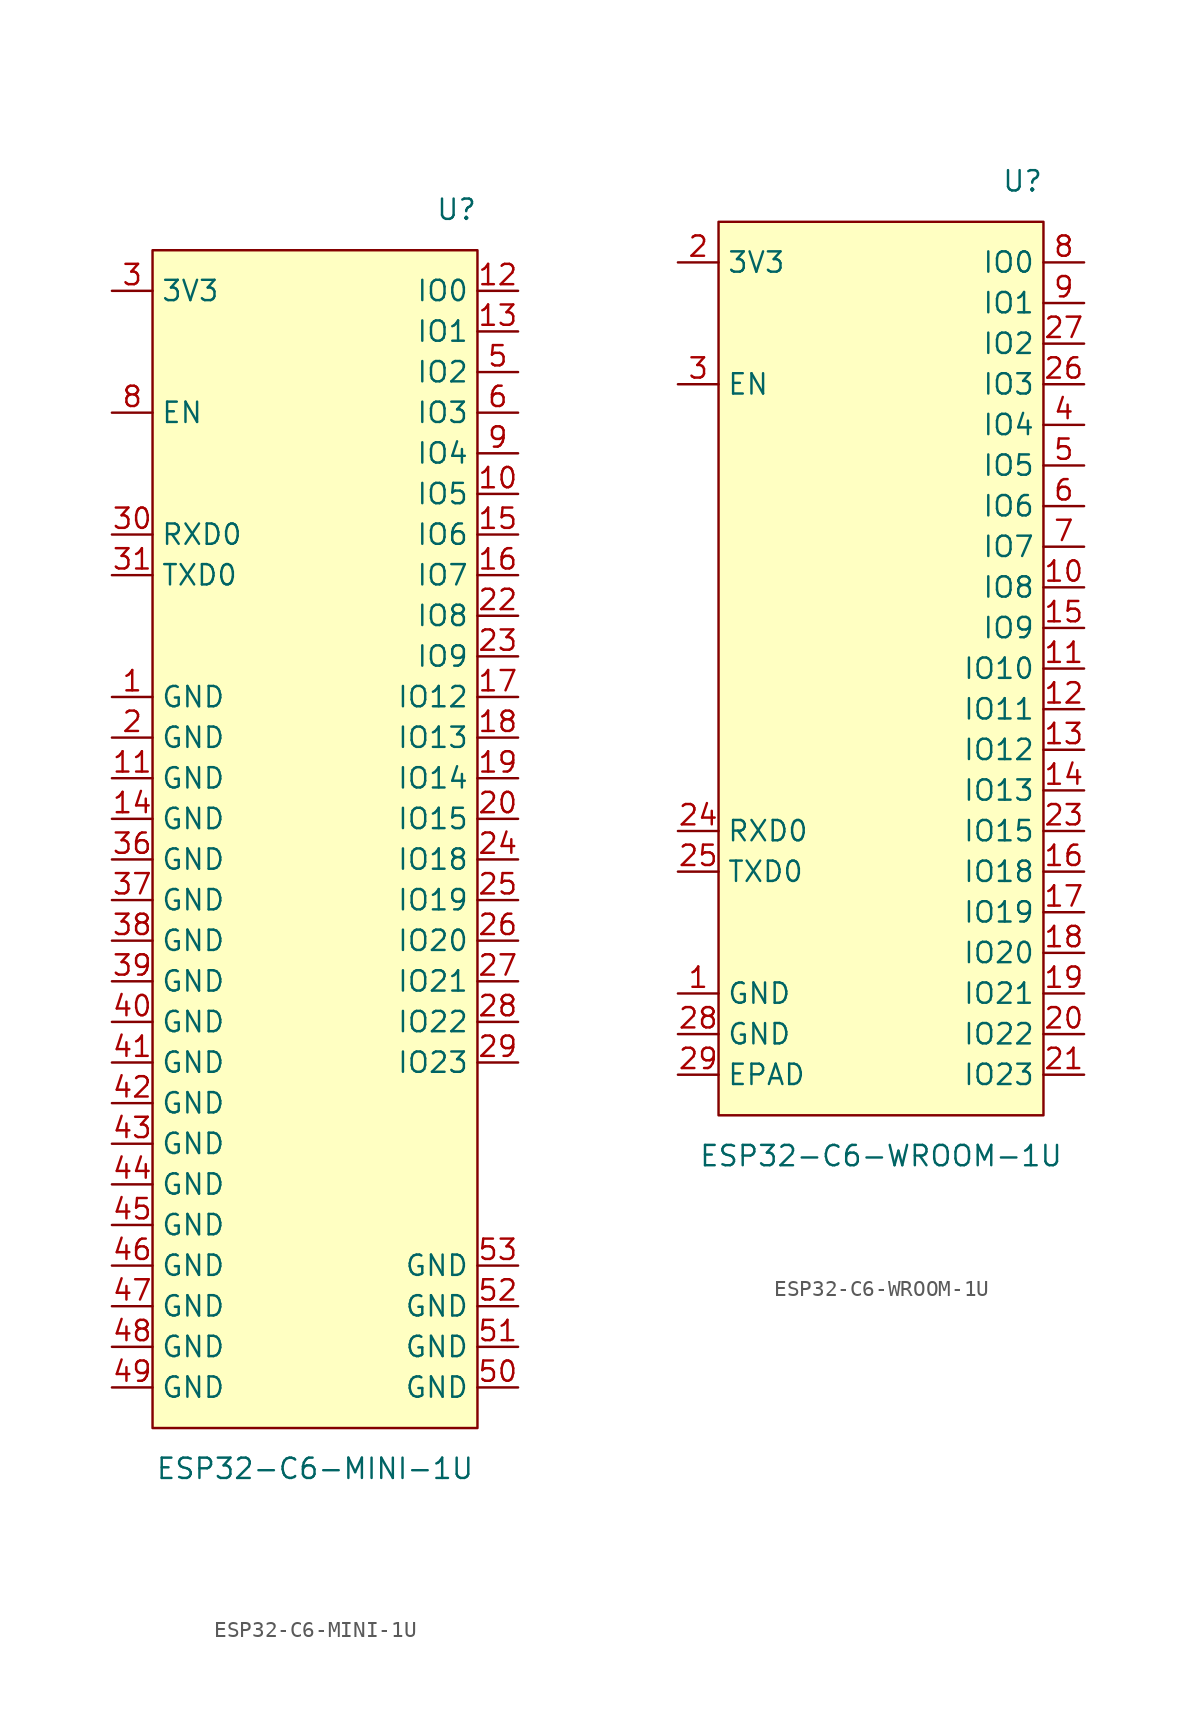
<source format=kicad_sym>
(kicad_symbol_lib
  (version 20231120)
  (generator "kicad_symbol_editor")
  (generator_version "8.0")
  (symbol "ESP32-C6-MINI-1U"
    (property "Reference" "U"
      (at 10.16 39.37 0)
      (effects (font (size 1.27 1.27)) (justify right)))
    (property "Value" "ESP32-C6-MINI-1U"
      (at 0 -39.37 0)
      (effects (font (size 1.27 1.27))))
    (symbol "ESP32-C6-MINI-1U_0_0"
      (pin power_in line (at -12.7 8.89 0) (length 2.54) (name "GND" (effects (font (size 1.27 1.27)))) (number "1" (effects (font (size 1.27 1.27)))))
      (pin bidirectional line (at 12.7 21.59 180) (length 2.54) (name "IO5" (effects (font (size 1.27 1.27)))) (number "10" (effects (font (size 1.27 1.27)))))
      (pin power_in line (at -12.7 3.81 0) (length 2.54) (name "GND" (effects (font (size 1.27 1.27)))) (number "11" (effects (font (size 1.27 1.27)))))
      (pin bidirectional line (at 12.7 34.29 180) (length 2.54) (name "IO0" (effects (font (size 1.27 1.27)))) (number "12" (effects (font (size 1.27 1.27)))))
      (pin bidirectional line (at 12.7 31.75 180) (length 2.54) (name "IO1" (effects (font (size 1.27 1.27)))) (number "13" (effects (font (size 1.27 1.27)))))
      (pin power_in line (at -12.7 1.27 0) (length 2.54) (name "GND" (effects (font (size 1.27 1.27)))) (number "14" (effects (font (size 1.27 1.27)))))
      (pin bidirectional line (at 12.7 19.05 180) (length 2.54) (name "IO6" (effects (font (size 1.27 1.27)))) (number "15" (effects (font (size 1.27 1.27)))))
      (pin bidirectional line (at 12.7 16.51 180) (length 2.54) (name "IO7" (effects (font (size 1.27 1.27)))) (number "16" (effects (font (size 1.27 1.27)))))
      (pin bidirectional line (at 12.7 8.89 180) (length 2.54) (name "IO12" (effects (font (size 1.27 1.27)))) (number "17" (effects (font (size 1.27 1.27)))))
      (pin bidirectional line (at 12.7 6.35 180) (length 2.54) (name "IO13" (effects (font (size 1.27 1.27)))) (number "18" (effects (font (size 1.27 1.27)))))
      (pin bidirectional line (at 12.7 3.81 180) (length 2.54) (name "IO14" (effects (font (size 1.27 1.27)))) (number "19" (effects (font (size 1.27 1.27)))))
      (pin power_in line (at -12.7 6.35 0) (length 2.54) (name "GND" (effects (font (size 1.27 1.27)))) (number "2" (effects (font (size 1.27 1.27)))))
      (pin bidirectional line (at 12.7 1.27 180) (length 2.54) (name "IO15" (effects (font (size 1.27 1.27)))) (number "20" (effects (font (size 1.27 1.27)))))
      (pin bidirectional line (at 12.7 13.97 180) (length 2.54) (name "IO8" (effects (font (size 1.27 1.27)))) (number "22" (effects (font (size 1.27 1.27)))))
      (pin bidirectional line (at 12.7 11.43 180) (length 2.54) (name "IO9" (effects (font (size 1.27 1.27)))) (number "23" (effects (font (size 1.27 1.27)))))
      (pin bidirectional line (at 12.7 -1.27 180) (length 2.54) (name "IO18" (effects (font (size 1.27 1.27)))) (number "24" (effects (font (size 1.27 1.27)))))
      (pin bidirectional line (at 12.7 -3.81 180) (length 2.54) (name "IO19" (effects (font (size 1.27 1.27)))) (number "25" (effects (font (size 1.27 1.27)))))
      (pin bidirectional line (at 12.7 -6.35 180) (length 2.54) (name "IO20" (effects (font (size 1.27 1.27)))) (number "26" (effects (font (size 1.27 1.27)))))
      (pin bidirectional line (at 12.7 -8.89 180) (length 2.54) (name "IO21" (effects (font (size 1.27 1.27)))) (number "27" (effects (font (size 1.27 1.27)))))
      (pin bidirectional line (at 12.7 -11.43 180) (length 2.54) (name "IO22" (effects (font (size 1.27 1.27)))) (number "28" (effects (font (size 1.27 1.27)))))
      (pin bidirectional line (at 12.7 -13.97 180) (length 2.54) (name "IO23" (effects (font (size 1.27 1.27)))) (number "29" (effects (font (size 1.27 1.27)))))
      (pin power_in line (at -12.7 34.29 0) (length 2.54) (name "3V3" (effects (font (size 1.27 1.27)))) (number "3" (effects (font (size 1.27 1.27)))))
      (pin bidirectional line (at -12.7 19.05 0) (length 2.54) (name "RXD0" (effects (font (size 1.27 1.27)))) (number "30" (effects (font (size 1.27 1.27)))))
      (pin bidirectional line (at -12.7 16.51 0) (length 2.54) (name "TXD0" (effects (font (size 1.27 1.27)))) (number "31" (effects (font (size 1.27 1.27)))))
      (pin power_in line (at -12.7 -1.27 0) (length 2.54) (name "GND" (effects (font (size 1.27 1.27)))) (number "36" (effects (font (size 1.27 1.27)))))
      (pin power_in line (at -12.7 -3.81 0) (length 2.54) (name "GND" (effects (font (size 1.27 1.27)))) (number "37" (effects (font (size 1.27 1.27)))))
      (pin power_in line (at -12.7 -6.35 0) (length 2.54) (name "GND" (effects (font (size 1.27 1.27)))) (number "38" (effects (font (size 1.27 1.27)))))
      (pin power_in line (at -12.7 -8.89 0) (length 2.54) (name "GND" (effects (font (size 1.27 1.27)))) (number "39" (effects (font (size 1.27 1.27)))))
      (pin power_in line (at -12.7 -11.43 0) (length 2.54) (name "GND" (effects (font (size 1.27 1.27)))) (number "40" (effects (font (size 1.27 1.27)))))
      (pin power_in line (at -12.7 -13.97 0) (length 2.54) (name "GND" (effects (font (size 1.27 1.27)))) (number "41" (effects (font (size 1.27 1.27)))))
      (pin power_in line (at -12.7 -16.51 0) (length 2.54) (name "GND" (effects (font (size 1.27 1.27)))) (number "42" (effects (font (size 1.27 1.27)))))
      (pin power_in line (at -12.7 -19.05 0) (length 2.54) (name "GND" (effects (font (size 1.27 1.27)))) (number "43" (effects (font (size 1.27 1.27)))))
      (pin power_in line (at -12.7 -21.59 0) (length 2.54) (name "GND" (effects (font (size 1.27 1.27)))) (number "44" (effects (font (size 1.27 1.27)))))
      (pin power_in line (at -12.7 -24.13 0) (length 2.54) (name "GND" (effects (font (size 1.27 1.27)))) (number "45" (effects (font (size 1.27 1.27)))))
      (pin power_in line (at -12.7 -26.67 0) (length 2.54) (name "GND" (effects (font (size 1.27 1.27)))) (number "46" (effects (font (size 1.27 1.27)))))
      (pin power_in line (at -12.7 -29.21 0) (length 2.54) (name "GND" (effects (font (size 1.27 1.27)))) (number "47" (effects (font (size 1.27 1.27)))))
      (pin power_in line (at -12.7 -31.75 0) (length 2.54) (name "GND" (effects (font (size 1.27 1.27)))) (number "48" (effects (font (size 1.27 1.27)))))
      (pin power_in line (at -12.7 -34.29 0) (length 2.54) (name "GND" (effects (font (size 1.27 1.27)))) (number "49" (effects (font (size 1.27 1.27)))))
      (pin bidirectional line (at 12.7 29.21 180) (length 2.54) (name "IO2" (effects (font (size 1.27 1.27)))) (number "5" (effects (font (size 1.27 1.27)))))
      (pin power_in line (at 12.7 -34.29 180) (length 2.54) (name "GND" (effects (font (size 1.27 1.27)))) (number "50" (effects (font (size 1.27 1.27)))))
      (pin power_in line (at 12.7 -31.75 180) (length 2.54) (name "GND" (effects (font (size 1.27 1.27)))) (number "51" (effects (font (size 1.27 1.27)))))
      (pin power_in line (at 12.7 -29.21 180) (length 2.54) (name "GND" (effects (font (size 1.27 1.27)))) (number "52" (effects (font (size 1.27 1.27)))))
      (pin power_in line (at 12.7 -26.67 180) (length 2.54) (name "GND" (effects (font (size 1.27 1.27)))) (number "53" (effects (font (size 1.27 1.27)))))
      (pin bidirectional line (at 12.7 26.67 180) (length 2.54) (name "IO3" (effects (font (size 1.27 1.27)))) (number "6" (effects (font (size 1.27 1.27)))))
      (pin input line (at -12.7 26.67 0) (length 2.54) (name "EN" (effects (font (size 1.27 1.27)))) (number "8" (effects (font (size 1.27 1.27)))))
      (pin bidirectional line (at 12.7 24.13 180) (length 2.54) (name "IO4" (effects (font (size 1.27 1.27)))) (number "9" (effects (font (size 1.27 1.27))))))
    (symbol "ESP32-C6-MINI-1U_1_0"
      (pin no_connect line (at 0 0 0) (length 2.54) hide (name "NC" (effects (font (size 1.27 1.27)))) (number "21" (effects (font (size 1.27 1.27)))))
      (pin no_connect line (at 0 0 0) (length 2.54) hide (name "NC" (effects (font (size 1.27 1.27)))) (number "32" (effects (font (size 1.27 1.27)))))
      (pin no_connect line (at 0 0 0) (length 2.54) hide (name "NC" (effects (font (size 1.27 1.27)))) (number "33" (effects (font (size 1.27 1.27)))))
      (pin no_connect line (at 0 0 0) (length 2.54) hide (name "NC" (effects (font (size 1.27 1.27)))) (number "34" (effects (font (size 1.27 1.27)))))
      (pin no_connect line (at 0 0 0) (length 2.54) hide (name "NC" (effects (font (size 1.27 1.27)))) (number "35" (effects (font (size 1.27 1.27)))))
      (pin no_connect line (at 0 0 0) (length 2.54) hide (name "NC" (effects (font (size 1.27 1.27)))) (number "4" (effects (font (size 1.27 1.27)))))
      (pin no_connect line (at 0 0 0) (length 2.54) hide (name "NC" (effects (font (size 1.27 1.27)))) (number "7" (effects (font (size 1.27 1.27))))))
    (symbol "ESP32-C6-MINI-1U_1_1"
      (rectangle (start -10.16 36.83) (end 10.16 -36.83) (stroke (width 0) (type default)) (fill (type background)))))
  (symbol "ESP32-C6-WROOM-1U"
    (property "Reference" "U"
      (at 10.16 30.48 0)
      (effects (font (size 1.27 1.27)) (justify right)))
    (property "Value" "ESP32-C6-WROOM-1U"
      (at 0 -30.48 0)
      (effects (font (size 1.27 1.27))))
    (symbol "ESP32-C6-WROOM-1U_0_0"
      (pin power_in line (at -12.7 -20.32 0) (length 2.54) (name "GND" (effects (font (size 1.27 1.27)))) (number "1" (effects (font (size 1.27 1.27)))))
      (pin bidirectional line (at 12.7 5.08 180) (length 2.54) (name "IO8" (effects (font (size 1.27 1.27)))) (number "10" (effects (font (size 1.27 1.27)))))
      (pin bidirectional line (at 12.7 0 180) (length 2.54) (name "IO10" (effects (font (size 1.27 1.27)))) (number "11" (effects (font (size 1.27 1.27)))))
      (pin bidirectional line (at 12.7 -2.54 180) (length 2.54) (name "IO11" (effects (font (size 1.27 1.27)))) (number "12" (effects (font (size 1.27 1.27)))))
      (pin bidirectional line (at 12.7 -5.08 180) (length 2.54) (name "IO12" (effects (font (size 1.27 1.27)))) (number "13" (effects (font (size 1.27 1.27)))))
      (pin bidirectional line (at 12.7 -7.62 180) (length 2.54) (name "IO13" (effects (font (size 1.27 1.27)))) (number "14" (effects (font (size 1.27 1.27)))))
      (pin bidirectional line (at 12.7 2.54 180) (length 2.54) (name "IO9" (effects (font (size 1.27 1.27)))) (number "15" (effects (font (size 1.27 1.27)))))
      (pin bidirectional line (at 12.7 -12.7 180) (length 2.54) (name "IO18" (effects (font (size 1.27 1.27)))) (number "16" (effects (font (size 1.27 1.27)))))
      (pin bidirectional line (at 12.7 -15.24 180) (length 2.54) (name "IO19" (effects (font (size 1.27 1.27)))) (number "17" (effects (font (size 1.27 1.27)))))
      (pin bidirectional line (at 12.7 -17.78 180) (length 2.54) (name "IO20" (effects (font (size 1.27 1.27)))) (number "18" (effects (font (size 1.27 1.27)))))
      (pin bidirectional line (at 12.7 -20.32 180) (length 2.54) (name "IO21" (effects (font (size 1.27 1.27)))) (number "19" (effects (font (size 1.27 1.27)))))
      (pin power_in line (at -12.7 25.4 0) (length 2.54) (name "3V3" (effects (font (size 1.27 1.27)))) (number "2" (effects (font (size 1.27 1.27)))))
      (pin bidirectional line (at 12.7 -22.86 180) (length 2.54) (name "IO22" (effects (font (size 1.27 1.27)))) (number "20" (effects (font (size 1.27 1.27)))))
      (pin bidirectional line (at 12.7 -25.4 180) (length 2.54) (name "IO23" (effects (font (size 1.27 1.27)))) (number "21" (effects (font (size 1.27 1.27)))))
      (pin bidirectional line (at 12.7 -10.16 180) (length 2.54) (name "IO15" (effects (font (size 1.27 1.27)))) (number "23" (effects (font (size 1.27 1.27)))))
      (pin bidirectional line (at -12.7 -10.16 0) (length 2.54) (name "RXD0" (effects (font (size 1.27 1.27)))) (number "24" (effects (font (size 1.27 1.27)))))
      (pin bidirectional line (at -12.7 -12.7 0) (length 2.54) (name "TXD0" (effects (font (size 1.27 1.27)))) (number "25" (effects (font (size 1.27 1.27)))))
      (pin bidirectional line (at 12.7 17.78 180) (length 2.54) (name "IO3" (effects (font (size 1.27 1.27)))) (number "26" (effects (font (size 1.27 1.27)))))
      (pin bidirectional line (at 12.7 20.32 180) (length 2.54) (name "IO2" (effects (font (size 1.27 1.27)))) (number "27" (effects (font (size 1.27 1.27)))))
      (pin power_in line (at -12.7 -22.86 0) (length 2.54) (name "GND" (effects (font (size 1.27 1.27)))) (number "28" (effects (font (size 1.27 1.27)))))
      (pin power_in line (at -12.7 -25.4 0) (length 2.54) (name "EPAD" (effects (font (size 1.27 1.27)))) (number "29" (effects (font (size 1.27 1.27)))))
      (pin input line (at -12.7 17.78 0) (length 2.54) (name "EN" (effects (font (size 1.27 1.27)))) (number "3" (effects (font (size 1.27 1.27)))))
      (pin bidirectional line (at 12.7 15.24 180) (length 2.54) (name "IO4" (effects (font (size 1.27 1.27)))) (number "4" (effects (font (size 1.27 1.27)))))
      (pin bidirectional line (at 12.7 12.7 180) (length 2.54) (name "IO5" (effects (font (size 1.27 1.27)))) (number "5" (effects (font (size 1.27 1.27)))))
      (pin bidirectional line (at 12.7 10.16 180) (length 2.54) (name "IO6" (effects (font (size 1.27 1.27)))) (number "6" (effects (font (size 1.27 1.27)))))
      (pin bidirectional line (at 12.7 7.62 180) (length 2.54) (name "IO7" (effects (font (size 1.27 1.27)))) (number "7" (effects (font (size 1.27 1.27)))))
      (pin bidirectional line (at 12.7 25.4 180) (length 2.54) (name "IO0" (effects (font (size 1.27 1.27)))) (number "8" (effects (font (size 1.27 1.27)))))
      (pin bidirectional line (at 12.7 22.86 180) (length 2.54) (name "IO1" (effects (font (size 1.27 1.27)))) (number "9" (effects (font (size 1.27 1.27))))))
    (symbol "ESP32-C6-WROOM-1U_1_0"
      (pin no_connect line (at 0 0 0) (length 2.54) hide (name "NC" (effects (font (size 1.27 1.27)))) (number "22" (effects (font (size 1.27 1.27))))))
    (symbol "ESP32-C6-WROOM-1U_1_1"
      (rectangle (start -10.16 27.94) (end 10.16 -27.94) (stroke (width 0) (type default)) (fill (type background))))))
</source>
